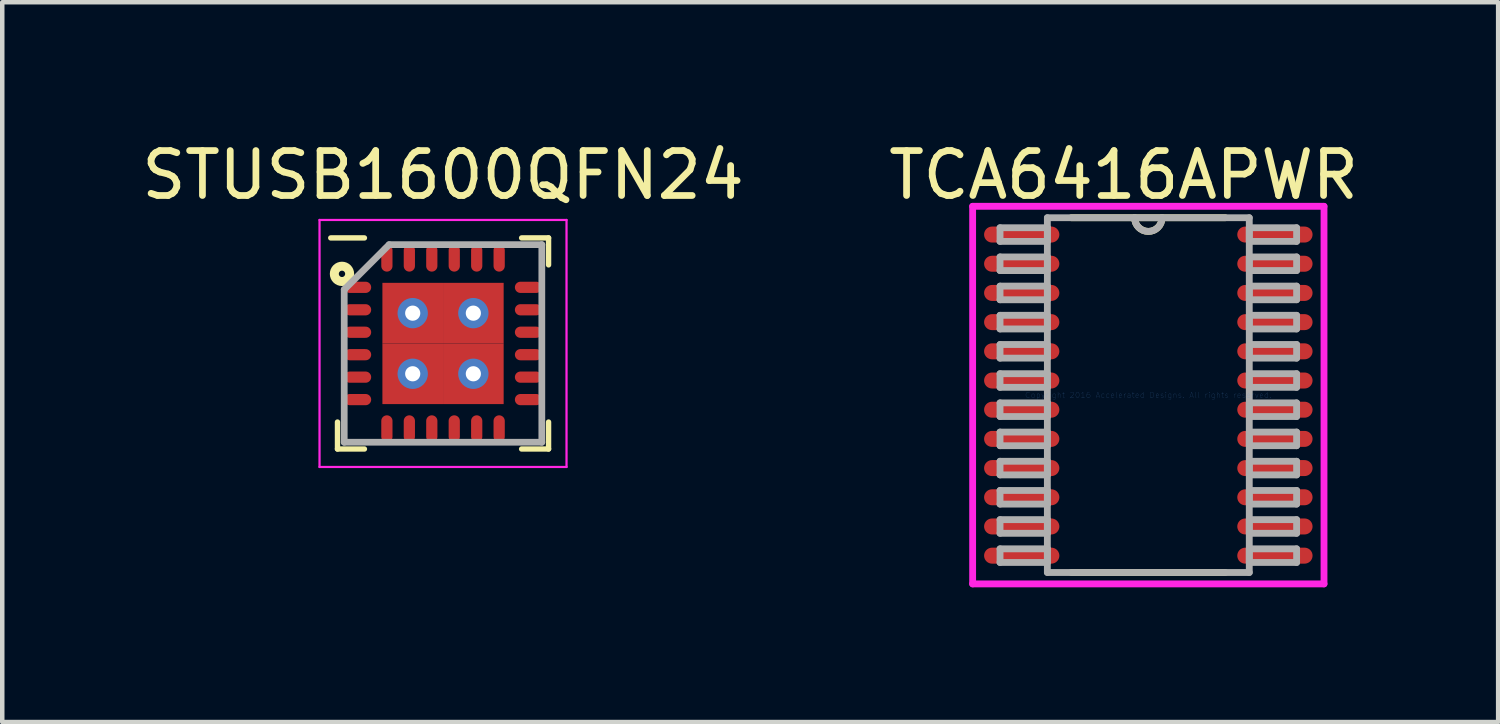
<source format=kicad_pcb>
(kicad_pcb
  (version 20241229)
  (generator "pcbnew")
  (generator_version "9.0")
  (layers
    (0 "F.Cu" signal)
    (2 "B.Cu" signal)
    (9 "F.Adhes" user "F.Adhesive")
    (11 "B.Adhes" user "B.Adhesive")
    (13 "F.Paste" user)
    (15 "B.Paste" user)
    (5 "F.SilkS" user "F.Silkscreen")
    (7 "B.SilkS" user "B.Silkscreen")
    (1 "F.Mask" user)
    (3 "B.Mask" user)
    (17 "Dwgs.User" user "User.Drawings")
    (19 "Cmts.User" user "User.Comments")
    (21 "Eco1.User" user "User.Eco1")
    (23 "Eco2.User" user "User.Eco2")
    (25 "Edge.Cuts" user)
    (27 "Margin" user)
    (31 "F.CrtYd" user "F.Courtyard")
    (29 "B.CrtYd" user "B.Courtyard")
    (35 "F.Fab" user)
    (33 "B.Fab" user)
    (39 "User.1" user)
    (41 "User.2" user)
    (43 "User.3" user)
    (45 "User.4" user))
  (footprint "STUSB1600QFN24"
    (layer "F.Cu")
    (at 6.815 4.598)
    (property "Reference" "STUSB1600QFN24" (at 0 -3.75 0) (layer "F.SilkS") (effects (font (size 1 1) (thickness 0.15))))
    (attr smd)
    (fp_line (start -2.35 2.35) (end -2.35 1.75) (stroke (width 0.12) (type solid)) (layer "F.SilkS"))
    (fp_line (start -1.75 -2.35) (end -2.5 -2.35) (stroke (width 0.12) (type solid)) (layer "F.SilkS"))
    (fp_line (start -1.75 2.35) (end -2.35 2.35) (stroke (width 0.12) (type solid)) (layer "F.SilkS"))
    (fp_line (start 1.75 -2.35) (end 2.35 -2.35) (stroke (width 0.12) (type solid)) (layer "F.SilkS"))
    (fp_line (start 1.75 2.35) (end 2.35 2.35) (stroke (width 0.12) (type solid)) (layer "F.SilkS"))
    (fp_line (start 2.35 -2.35) (end 2.35 -1.75) (stroke (width 0.12) (type solid)) (layer "F.SilkS"))
    (fp_line (start 2.35 2.35) (end 2.35 1.75) (stroke (width 0.12) (type solid)) (layer "F.SilkS"))
    (fp_circle (center -2.25 -1.55) (end -2.2 -1.5) (stroke (width 0.2) (type solid)) (fill no) (layer "F.SilkS"))
    (fp_line (start -2.75 -2.75) (end 2.75 -2.75) (stroke (width 0.05) (type solid)) (layer "F.CrtYd"))
    (fp_line (start -2.75 2.75) (end -2.75 -2.75) (stroke (width 0.05) (type solid)) (layer "F.CrtYd"))
    (fp_line (start 2.75 -2.75) (end 2.75 2.75) (stroke (width 0.05) (type solid)) (layer "F.CrtYd"))
    (fp_line (start 2.75 2.75) (end -2.75 2.75) (stroke (width 0.05) (type solid)) (layer "F.CrtYd"))
    (fp_line (start -2.2 -1.2) (end -2.2 2.2) (stroke (width 0.15) (type solid)) (layer "F.Fab"))
    (fp_line (start -2.2 2.2) (end 2.2 2.2) (stroke (width 0.15) (type solid)) (layer "F.Fab"))
    (fp_line (start -1.2 -2.2) (end -2.2 -1.2) (stroke (width 0.15) (type solid)) (layer "F.Fab"))
    (fp_line (start 2.2 -2.2) (end -1.2 -2.2) (stroke (width 0.15) (type solid)) (layer "F.Fab"))
    (fp_line (start 2.2 2.2) (end 2.2 -2.2) (stroke (width 0.15) (type solid)) (layer "F.Fab"))
    (pad "1" smd oval (at -1.9 -1.25 90) (size 0.25 0.6) (layers "F.Cu" "F.Mask" "F.Paste"))
    (pad "2" smd oval (at -1.9 -0.75 90) (size 0.25 0.6) (layers "F.Cu" "F.Mask" "F.Paste"))
    (pad "3" smd oval (at -1.9 -0.25 90) (size 0.25 0.6) (layers "F.Cu" "F.Mask" "F.Paste"))
    (pad "4" smd oval (at -1.9 0.25 90) (size 0.25 0.6) (layers "F.Cu" "F.Mask" "F.Paste"))
    (pad "5" smd oval (at -1.9 0.75 90) (size 0.25 0.6) (layers "F.Cu" "F.Mask" "F.Paste"))
    (pad "6" smd oval (at -1.9 1.25 90) (size 0.25 0.6) (layers "F.Cu" "F.Mask" "F.Paste"))
    (pad "7" smd oval (at -1.25 1.9) (size 0.25 0.6) (layers "F.Cu" "F.Mask" "F.Paste"))
    (pad "8" smd oval (at -0.75 1.9) (size 0.25 0.6) (layers "F.Cu" "F.Mask" "F.Paste"))
    (pad "9" smd oval (at -0.25 1.9) (size 0.25 0.6) (layers "F.Cu" "F.Mask" "F.Paste"))
    (pad "10" smd oval (at 0.25 1.9) (size 0.25 0.6) (layers "F.Cu" "F.Mask" "F.Paste"))
    (pad "11" smd oval (at 0.75 1.9) (size 0.25 0.6) (layers "F.Cu" "F.Mask" "F.Paste"))
    (pad "12" smd oval (at 1.25 1.9) (size 0.25 0.6) (layers "F.Cu" "F.Mask" "F.Paste"))
    (pad "13" smd oval (at 1.9 1.25 90) (size 0.25 0.6) (layers "F.Cu" "F.Mask" "F.Paste"))
    (pad "14" smd oval (at 1.9 0.75 90) (size 0.25 0.6) (layers "F.Cu" "F.Mask" "F.Paste"))
    (pad "15" smd oval (at 1.9 0.25 90) (size 0.25 0.6) (layers "F.Cu" "F.Mask" "F.Paste"))
    (pad "16" smd oval (at 1.9 -0.25 90) (size 0.25 0.6) (layers "F.Cu" "F.Mask" "F.Paste"))
    (pad "17" smd oval (at 1.9 -0.75 90) (size 0.25 0.6) (layers "F.Cu" "F.Mask" "F.Paste"))
    (pad "18" smd oval (at 1.9 -1.25 90) (size 0.25 0.6) (layers "F.Cu" "F.Mask" "F.Paste"))
    (pad "19" smd oval (at 1.25 -1.9) (size 0.25 0.6) (layers "F.Cu" "F.Mask" "F.Paste"))
    (pad "20" smd oval (at 0.75 -1.9) (size 0.25 0.6) (layers "F.Cu" "F.Mask" "F.Paste"))
    (pad "21" smd oval (at 0.25 -1.9) (size 0.25 0.6) (layers "F.Cu" "F.Mask" "F.Paste"))
    (pad "22" smd oval (at -0.25 -1.9) (size 0.25 0.6) (layers "F.Cu" "F.Mask" "F.Paste"))
    (pad "23" smd oval (at -0.75 -1.9) (size 0.25 0.6) (layers "F.Cu" "F.Mask" "F.Paste"))
    (pad "24" smd oval (at -1.25 -1.9) (size 0.25 0.6) (layers "F.Cu" "F.Mask" "F.Paste"))
    (pad "25" thru_hole circle (at -0.675 -0.675) (size 0.675 0.675) (drill 0.338) (layers "*.Cu" "*.Mask"))
    (pad "25" smd rect (at -0.675 -0.675) (size 1.35 1.35) (layers "F.Cu" "F.Mask" "F.Paste"))
    (pad "25" thru_hole circle (at -0.675 0.675) (size 0.675 0.675) (drill 0.338) (layers "*.Cu" "*.Mask"))
    (pad "25" smd rect (at -0.675 0.675) (size 1.35 1.35) (layers "F.Cu" "F.Mask" "F.Paste"))
    (pad "25" thru_hole circle (at 0.675 -0.675) (size 0.675 0.675) (drill 0.338) (layers "*.Cu" "*.Mask"))
    (pad "25" smd rect (at 0.675 -0.675) (size 1.35 1.35) (layers "F.Cu" "F.Mask" "F.Paste"))
    (pad "25" thru_hole circle (at 0.675 0.675) (size 0.675 0.675) (drill 0.338) (layers "*.Cu" "*.Mask"))
    (pad "25" smd rect (at 0.675 0.675) (size 1.35 1.35) (layers "F.Cu" "F.Mask" "F.Paste")))
  (footprint "TCA6416APWR"
    (layer "F.Cu")
    (at 22.52 5.748)
    (property "Reference" "TCA6416APWR" (at -0.55 -4.9 0) (layer "F.SilkS") (effects (font (size 1 1) (thickness 0.15))))
    (attr through_hole)
    (fp_line (start -1.713 3.95) (end 1.713 3.95) (stroke (width 0.152) (type solid)) (layer "F.SilkS"))
    (fp_line (start 1.713 -3.95) (end -1.713 -3.95) (stroke (width 0.152) (type solid)) (layer "F.SilkS"))
    (fp_arc (start 0.3048 -3.9497) (mid 0 -3.6449) (end -0.3048 -3.9497) (stroke (width 0.1524) (type solid)) (layer "F.SilkS"))
    (fp_line (start -3.912 -4.204) (end 3.912 -4.204) (stroke (width 0.152) (type solid)) (layer "F.CrtYd"))
    (fp_line (start -3.912 4.204) (end -3.912 -4.204) (stroke (width 0.152) (type solid)) (layer "F.CrtYd"))
    (fp_line (start 3.912 -4.204) (end 3.912 4.204) (stroke (width 0.152) (type solid)) (layer "F.CrtYd"))
    (fp_line (start 3.912 4.204) (end -3.912 4.204) (stroke (width 0.152) (type solid)) (layer "F.CrtYd"))
    (fp_line (start -3.302 -3.727) (end -3.302 -3.423) (stroke (width 0.152) (type solid)) (layer "F.Fab"))
    (fp_line (start -3.302 -3.423) (end -2.248 -3.423) (stroke (width 0.152) (type solid)) (layer "F.Fab"))
    (fp_line (start -3.302 -3.077) (end -3.302 -2.773) (stroke (width 0.152) (type solid)) (layer "F.Fab"))
    (fp_line (start -3.302 -2.773) (end -2.248 -2.773) (stroke (width 0.152) (type solid)) (layer "F.Fab"))
    (fp_line (start -3.302 -2.427) (end -3.302 -2.123) (stroke (width 0.152) (type solid)) (layer "F.Fab"))
    (fp_line (start -3.302 -2.123) (end -2.248 -2.123) (stroke (width 0.152) (type solid)) (layer "F.Fab"))
    (fp_line (start -3.302 -1.777) (end -3.302 -1.473) (stroke (width 0.152) (type solid)) (layer "F.Fab"))
    (fp_line (start -3.302 -1.473) (end -2.248 -1.473) (stroke (width 0.152) (type solid)) (layer "F.Fab"))
    (fp_line (start -3.302 -1.127) (end -3.302 -0.823) (stroke (width 0.152) (type solid)) (layer "F.Fab"))
    (fp_line (start -3.302 -0.823) (end -2.248 -0.823) (stroke (width 0.152) (type solid)) (layer "F.Fab"))
    (fp_line (start -3.302 -0.477) (end -3.302 -0.173) (stroke (width 0.152) (type solid)) (layer "F.Fab"))
    (fp_line (start -3.302 -0.173) (end -2.248 -0.173) (stroke (width 0.152) (type solid)) (layer "F.Fab"))
    (fp_line (start -3.302 0.173) (end -3.302 0.477) (stroke (width 0.152) (type solid)) (layer "F.Fab"))
    (fp_line (start -3.302 0.477) (end -2.248 0.477) (stroke (width 0.152) (type solid)) (layer "F.Fab"))
    (fp_line (start -3.302 0.823) (end -3.302 1.127) (stroke (width 0.152) (type solid)) (layer "F.Fab"))
    (fp_line (start -3.302 1.127) (end -2.248 1.127) (stroke (width 0.152) (type solid)) (layer "F.Fab"))
    (fp_line (start -3.302 1.473) (end -3.302 1.777) (stroke (width 0.152) (type solid)) (layer "F.Fab"))
    (fp_line (start -3.302 1.777) (end -2.248 1.777) (stroke (width 0.152) (type solid)) (layer "F.Fab"))
    (fp_line (start -3.302 2.123) (end -3.302 2.427) (stroke (width 0.152) (type solid)) (layer "F.Fab"))
    (fp_line (start -3.302 2.427) (end -2.248 2.427) (stroke (width 0.152) (type solid)) (layer "F.Fab"))
    (fp_line (start -3.302 2.773) (end -3.302 3.077) (stroke (width 0.152) (type solid)) (layer "F.Fab"))
    (fp_line (start -3.302 3.077) (end -2.248 3.077) (stroke (width 0.152) (type solid)) (layer "F.Fab"))
    (fp_line (start -3.302 3.423) (end -3.302 3.727) (stroke (width 0.152) (type solid)) (layer "F.Fab"))
    (fp_line (start -3.302 3.727) (end -2.248 3.727) (stroke (width 0.152) (type solid)) (layer "F.Fab"))
    (fp_line (start -2.248 -3.95) (end -2.248 3.95) (stroke (width 0.152) (type solid)) (layer "F.Fab"))
    (fp_line (start -2.248 -3.727) (end -3.302 -3.727) (stroke (width 0.152) (type solid)) (layer "F.Fab"))
    (fp_line (start -2.248 -3.423) (end -2.248 -3.727) (stroke (width 0.152) (type solid)) (layer "F.Fab"))
    (fp_line (start -2.248 -3.077) (end -3.302 -3.077) (stroke (width 0.152) (type solid)) (layer "F.Fab"))
    (fp_line (start -2.248 -2.773) (end -2.248 -3.077) (stroke (width 0.152) (type solid)) (layer "F.Fab"))
    (fp_line (start -2.248 -2.427) (end -3.302 -2.427) (stroke (width 0.152) (type solid)) (layer "F.Fab"))
    (fp_line (start -2.248 -2.123) (end -2.248 -2.427) (stroke (width 0.152) (type solid)) (layer "F.Fab"))
    (fp_line (start -2.248 -1.777) (end -3.302 -1.777) (stroke (width 0.152) (type solid)) (layer "F.Fab"))
    (fp_line (start -2.248 -1.473) (end -2.248 -1.777) (stroke (width 0.152) (type solid)) (layer "F.Fab"))
    (fp_line (start -2.248 -1.127) (end -3.302 -1.127) (stroke (width 0.152) (type solid)) (layer "F.Fab"))
    (fp_line (start -2.248 -0.823) (end -2.248 -1.127) (stroke (width 0.152) (type solid)) (layer "F.Fab"))
    (fp_line (start -2.248 -0.477) (end -3.302 -0.477) (stroke (width 0.152) (type solid)) (layer "F.Fab"))
    (fp_line (start -2.248 -0.173) (end -2.248 -0.477) (stroke (width 0.152) (type solid)) (layer "F.Fab"))
    (fp_line (start -2.248 0.173) (end -3.302 0.173) (stroke (width 0.152) (type solid)) (layer "F.Fab"))
    (fp_line (start -2.248 0.477) (end -2.248 0.173) (stroke (width 0.152) (type solid)) (layer "F.Fab"))
    (fp_line (start -2.248 0.823) (end -3.302 0.823) (stroke (width 0.152) (type solid)) (layer "F.Fab"))
    (fp_line (start -2.248 1.127) (end -2.248 0.823) (stroke (width 0.152) (type solid)) (layer "F.Fab"))
    (fp_line (start -2.248 1.473) (end -3.302 1.473) (stroke (width 0.152) (type solid)) (layer "F.Fab"))
    (fp_line (start -2.248 1.777) (end -2.248 1.473) (stroke (width 0.152) (type solid)) (layer "F.Fab"))
    (fp_line (start -2.248 2.123) (end -3.302 2.123) (stroke (width 0.152) (type solid)) (layer "F.Fab"))
    (fp_line (start -2.248 2.427) (end -2.248 2.123) (stroke (width 0.152) (type solid)) (layer "F.Fab"))
    (fp_line (start -2.248 2.773) (end -3.302 2.773) (stroke (width 0.152) (type solid)) (layer "F.Fab"))
    (fp_line (start -2.248 3.077) (end -2.248 2.773) (stroke (width 0.152) (type solid)) (layer "F.Fab"))
    (fp_line (start -2.248 3.423) (end -3.302 3.423) (stroke (width 0.152) (type solid)) (layer "F.Fab"))
    (fp_line (start -2.248 3.727) (end -2.248 3.423) (stroke (width 0.152) (type solid)) (layer "F.Fab"))
    (fp_line (start -2.248 3.95) (end 2.248 3.95) (stroke (width 0.152) (type solid)) (layer "F.Fab"))
    (fp_line (start 2.248 -3.95) (end -2.248 -3.95) (stroke (width 0.152) (type solid)) (layer "F.Fab"))
    (fp_line (start 2.248 -3.727) (end 2.248 -3.423) (stroke (width 0.152) (type solid)) (layer "F.Fab"))
    (fp_line (start 2.248 -3.423) (end 3.302 -3.423) (stroke (width 0.152) (type solid)) (layer "F.Fab"))
    (fp_line (start 2.248 -3.077) (end 2.248 -2.773) (stroke (width 0.152) (type solid)) (layer "F.Fab"))
    (fp_line (start 2.248 -2.773) (end 3.302 -2.773) (stroke (width 0.152) (type solid)) (layer "F.Fab"))
    (fp_line (start 2.248 -2.427) (end 2.248 -2.123) (stroke (width 0.152) (type solid)) (layer "F.Fab"))
    (fp_line (start 2.248 -2.123) (end 3.302 -2.123) (stroke (width 0.152) (type solid)) (layer "F.Fab"))
    (fp_line (start 2.248 -1.777) (end 2.248 -1.473) (stroke (width 0.152) (type solid)) (layer "F.Fab"))
    (fp_line (start 2.248 -1.473) (end 3.302 -1.473) (stroke (width 0.152) (type solid)) (layer "F.Fab"))
    (fp_line (start 2.248 -1.127) (end 2.248 -0.823) (stroke (width 0.152) (type solid)) (layer "F.Fab"))
    (fp_line (start 2.248 -0.823) (end 3.302 -0.823) (stroke (width 0.152) (type solid)) (layer "F.Fab"))
    (fp_line (start 2.248 -0.477) (end 2.248 -0.173) (stroke (width 0.152) (type solid)) (layer "F.Fab"))
    (fp_line (start 2.248 -0.173) (end 3.302 -0.173) (stroke (width 0.152) (type solid)) (layer "F.Fab"))
    (fp_line (start 2.248 0.173) (end 2.248 0.477) (stroke (width 0.152) (type solid)) (layer "F.Fab"))
    (fp_line (start 2.248 0.477) (end 3.302 0.477) (stroke (width 0.152) (type solid)) (layer "F.Fab"))
    (fp_line (start 2.248 0.823) (end 2.248 1.127) (stroke (width 0.152) (type solid)) (layer "F.Fab"))
    (fp_line (start 2.248 1.127) (end 3.302 1.127) (stroke (width 0.152) (type solid)) (layer "F.Fab"))
    (fp_line (start 2.248 1.473) (end 2.248 1.777) (stroke (width 0.152) (type solid)) (layer "F.Fab"))
    (fp_line (start 2.248 1.777) (end 3.302 1.777) (stroke (width 0.152) (type solid)) (layer "F.Fab"))
    (fp_line (start 2.248 2.123) (end 2.248 2.427) (stroke (width 0.152) (type solid)) (layer "F.Fab"))
    (fp_line (start 2.248 2.427) (end 3.302 2.427) (stroke (width 0.152) (type solid)) (layer "F.Fab"))
    (fp_line (start 2.248 2.773) (end 2.248 3.077) (stroke (width 0.152) (type solid)) (layer "F.Fab"))
    (fp_line (start 2.248 3.077) (end 3.302 3.077) (stroke (width 0.152) (type solid)) (layer "F.Fab"))
    (fp_line (start 2.248 3.423) (end 2.248 3.727) (stroke (width 0.152) (type solid)) (layer "F.Fab"))
    (fp_line (start 2.248 3.727) (end 3.302 3.727) (stroke (width 0.152) (type solid)) (layer "F.Fab"))
    (fp_line (start 2.248 3.95) (end 2.248 -3.95) (stroke (width 0.152) (type solid)) (layer "F.Fab"))
    (fp_line (start 3.302 -3.727) (end 2.248 -3.727) (stroke (width 0.152) (type solid)) (layer "F.Fab"))
    (fp_line (start 3.302 -3.423) (end 3.302 -3.727) (stroke (width 0.152) (type solid)) (layer "F.Fab"))
    (fp_line (start 3.302 -3.077) (end 2.248 -3.077) (stroke (width 0.152) (type solid)) (layer "F.Fab"))
    (fp_line (start 3.302 -2.773) (end 3.302 -3.077) (stroke (width 0.152) (type solid)) (layer "F.Fab"))
    (fp_line (start 3.302 -2.427) (end 2.248 -2.427) (stroke (width 0.152) (type solid)) (layer "F.Fab"))
    (fp_line (start 3.302 -2.123) (end 3.302 -2.427) (stroke (width 0.152) (type solid)) (layer "F.Fab"))
    (fp_line (start 3.302 -1.777) (end 2.248 -1.777) (stroke (width 0.152) (type solid)) (layer "F.Fab"))
    (fp_line (start 3.302 -1.473) (end 3.302 -1.777) (stroke (width 0.152) (type solid)) (layer "F.Fab"))
    (fp_line (start 3.302 -1.127) (end 2.248 -1.127) (stroke (width 0.152) (type solid)) (layer "F.Fab"))
    (fp_line (start 3.302 -0.823) (end 3.302 -1.127) (stroke (width 0.152) (type solid)) (layer "F.Fab"))
    (fp_line (start 3.302 -0.477) (end 2.248 -0.477) (stroke (width 0.152) (type solid)) (layer "F.Fab"))
    (fp_line (start 3.302 -0.173) (end 3.302 -0.477) (stroke (width 0.152) (type solid)) (layer "F.Fab"))
    (fp_line (start 3.302 0.173) (end 2.248 0.173) (stroke (width 0.152) (type solid)) (layer "F.Fab"))
    (fp_line (start 3.302 0.477) (end 3.302 0.173) (stroke (width 0.152) (type solid)) (layer "F.Fab"))
    (fp_line (start 3.302 0.823) (end 2.248 0.823) (stroke (width 0.152) (type solid)) (layer "F.Fab"))
    (fp_line (start 3.302 1.127) (end 3.302 0.823) (stroke (width 0.152) (type solid)) (layer "F.Fab"))
    (fp_line (start 3.302 1.473) (end 2.248 1.473) (stroke (width 0.152) (type solid)) (layer "F.Fab"))
    (fp_line (start 3.302 1.777) (end 3.302 1.473) (stroke (width 0.152) (type solid)) (layer "F.Fab"))
    (fp_line (start 3.302 2.123) (end 2.248 2.123) (stroke (width 0.152) (type solid)) (layer "F.Fab"))
    (fp_line (start 3.302 2.427) (end 3.302 2.123) (stroke (width 0.152) (type solid)) (layer "F.Fab"))
    (fp_line (start 3.302 2.773) (end 2.248 2.773) (stroke (width 0.152) (type solid)) (layer "F.Fab"))
    (fp_line (start 3.302 3.077) (end 3.302 2.773) (stroke (width 0.152) (type solid)) (layer "F.Fab"))
    (fp_line (start 3.302 3.423) (end 2.248 3.423) (stroke (width 0.152) (type solid)) (layer "F.Fab"))
    (fp_line (start 3.302 3.727) (end 3.302 3.423) (stroke (width 0.152) (type solid)) (layer "F.Fab"))
    (fp_arc (start 0.3048 -3.9497) (mid 0 -3.6449) (end -0.3048 -3.9497) (stroke (width 0.1524) (type solid)) (layer "F.Fab"))
    (fp_text user "Copyright 2016 Accelerated Designs. All rights reserved." (at 0 0 0) (layer "Cmts.User") (effects (font (size 0.127 0.127) (thickness 0.002))))
    (pad "1" smd oval (at -2.819 -3.575) (size 1.676 0.356) (layers "F.Cu" "F.Mask" "F.Paste"))
    (pad "2" smd oval (at -2.819 -2.925) (size 1.676 0.356) (layers "F.Cu" "F.Mask" "F.Paste"))
    (pad "3" smd oval (at -2.819 -2.275) (size 1.676 0.356) (layers "F.Cu" "F.Mask" "F.Paste"))
    (pad "4" smd oval (at -2.819 -1.625) (size 1.676 0.356) (layers "F.Cu" "F.Mask" "F.Paste"))
    (pad "5" smd oval (at -2.819 -0.975) (size 1.676 0.356) (layers "F.Cu" "F.Mask" "F.Paste"))
    (pad "6" smd oval (at -2.819 -0.325) (size 1.676 0.356) (layers "F.Cu" "F.Mask" "F.Paste"))
    (pad "7" smd oval (at -2.819 0.325) (size 1.676 0.356) (layers "F.Cu" "F.Mask" "F.Paste"))
    (pad "8" smd oval (at -2.819 0.975) (size 1.676 0.356) (layers "F.Cu" "F.Mask" "F.Paste"))
    (pad "9" smd oval (at -2.819 1.625) (size 1.676 0.356) (layers "F.Cu" "F.Mask" "F.Paste"))
    (pad "10" smd oval (at -2.819 2.275) (size 1.676 0.356) (layers "F.Cu" "F.Mask" "F.Paste"))
    (pad "11" smd oval (at -2.819 2.925) (size 1.676 0.356) (layers "F.Cu" "F.Mask" "F.Paste"))
    (pad "12" smd oval (at -2.819 3.575) (size 1.676 0.356) (layers "F.Cu" "F.Mask" "F.Paste"))
    (pad "13" smd oval (at 2.819 3.575) (size 1.676 0.356) (layers "F.Cu" "F.Mask" "F.Paste"))
    (pad "14" smd oval (at 2.819 2.925) (size 1.676 0.356) (layers "F.Cu" "F.Mask" "F.Paste"))
    (pad "15" smd oval (at 2.819 2.275) (size 1.676 0.356) (layers "F.Cu" "F.Mask" "F.Paste"))
    (pad "16" smd oval (at 2.819 1.625) (size 1.676 0.356) (layers "F.Cu" "F.Mask" "F.Paste"))
    (pad "17" smd oval (at 2.819 0.975) (size 1.676 0.356) (layers "F.Cu" "F.Mask" "F.Paste"))
    (pad "18" smd oval (at 2.819 0.325) (size 1.676 0.356) (layers "F.Cu" "F.Mask" "F.Paste"))
    (pad "19" smd oval (at 2.819 -0.325) (size 1.676 0.356) (layers "F.Cu" "F.Mask" "F.Paste"))
    (pad "20" smd oval (at 2.819 -0.975) (size 1.676 0.356) (layers "F.Cu" "F.Mask" "F.Paste"))
    (pad "21" smd oval (at 2.819 -1.625) (size 1.676 0.356) (layers "F.Cu" "F.Mask" "F.Paste"))
    (pad "22" smd oval (at 2.819 -2.275) (size 1.676 0.356) (layers "F.Cu" "F.Mask" "F.Paste"))
    (pad "23" smd oval (at 2.819 -2.925) (size 1.676 0.356) (layers "F.Cu" "F.Mask" "F.Paste"))
    (pad "24" smd oval (at 2.819 -3.575) (size 1.676 0.356) (layers "F.Cu" "F.Mask" "F.Paste")))
  (gr_rect
    (start -3 -3)
    (end 30.31 13.028)
    (stroke (width 0.1) (type default))
    (fill no)
    (layer "Edge.Cuts")))
</source>
